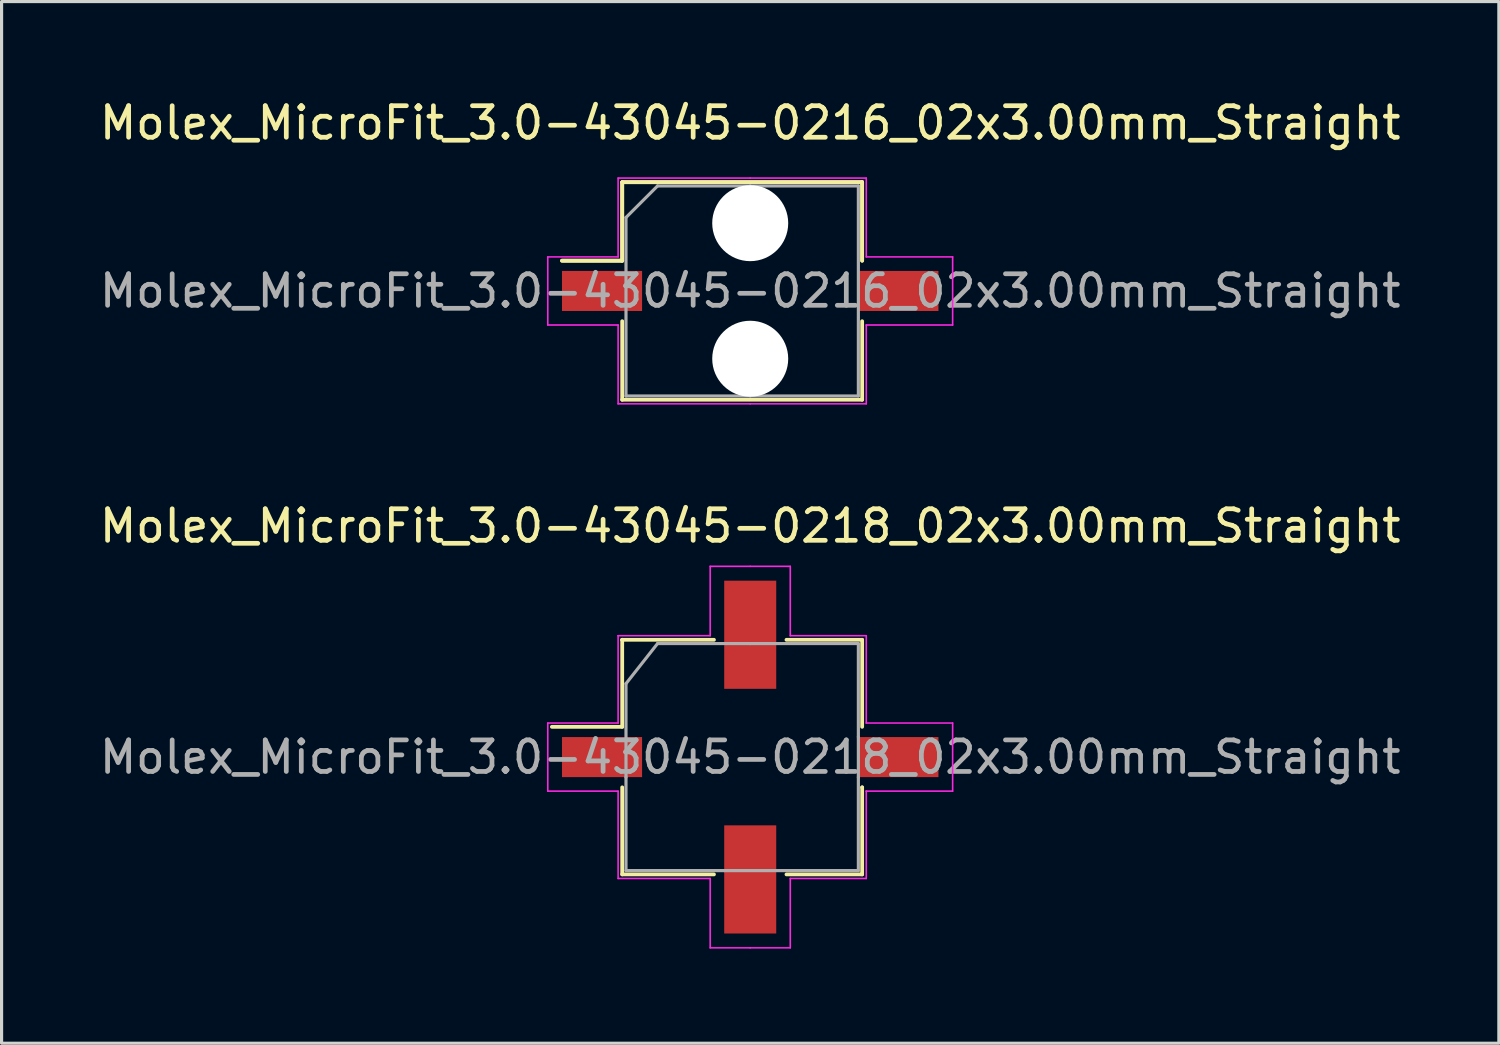
<source format=kicad_pcb>
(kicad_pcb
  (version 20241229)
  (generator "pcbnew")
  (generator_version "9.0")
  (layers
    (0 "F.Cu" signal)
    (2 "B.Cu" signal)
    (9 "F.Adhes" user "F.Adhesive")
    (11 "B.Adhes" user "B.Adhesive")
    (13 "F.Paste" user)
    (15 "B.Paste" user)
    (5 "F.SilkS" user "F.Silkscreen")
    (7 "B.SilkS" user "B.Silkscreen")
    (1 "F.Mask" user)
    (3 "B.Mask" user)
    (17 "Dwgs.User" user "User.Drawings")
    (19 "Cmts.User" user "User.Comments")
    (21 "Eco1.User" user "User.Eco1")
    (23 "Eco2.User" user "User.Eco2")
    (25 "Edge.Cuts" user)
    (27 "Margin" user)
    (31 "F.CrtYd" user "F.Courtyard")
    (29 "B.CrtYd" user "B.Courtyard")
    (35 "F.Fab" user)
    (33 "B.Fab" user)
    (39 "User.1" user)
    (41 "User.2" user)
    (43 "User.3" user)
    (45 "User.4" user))
  (footprint "Molex_MicroFit_3.0-43045-0216_02x3.00mm_Straight"
    (layer "F.Cu")
    (at 20.744 6.178)
    (property "Reference" "Molex_MicroFit_3.0-43045-0216_02x3.00mm_Straight" (at 0 -5.33 0) (layer "F.SilkS") (effects (font (size 1 1) (thickness 0.15))))
    (attr smd)
    (fp_line (start -5.97 -0.96) (end -4.06 -0.96) (stroke (width 0.12) (type solid)) (layer "F.SilkS"))
    (fp_line (start -5.97 -0.96) (end -4.06 -0.96) (stroke (width 0.12) (type solid)) (layer "F.SilkS"))
    (fp_line (start -4.06 -3.45) (end 3.55 -3.45) (stroke (width 0.12) (type solid)) (layer "F.SilkS"))
    (fp_line (start -4.06 -3.45) (end 3.55 -3.45) (stroke (width 0.12) (type solid)) (layer "F.SilkS"))
    (fp_line (start -4.06 -0.96) (end -4.06 -3.45) (stroke (width 0.12) (type solid)) (layer "F.SilkS"))
    (fp_line (start -4.06 -0.96) (end -4.06 -3.45) (stroke (width 0.12) (type solid)) (layer "F.SilkS"))
    (fp_line (start -4.06 3.45) (end -4.06 0.96) (stroke (width 0.12) (type solid)) (layer "F.SilkS"))
    (fp_line (start 3.55 -3.45) (end 3.55 -0.96) (stroke (width 0.12) (type solid)) (layer "F.SilkS"))
    (fp_line (start 3.55 -3.45) (end 3.55 -0.96) (stroke (width 0.12) (type solid)) (layer "F.SilkS"))
    (fp_line (start 3.55 0.96) (end 3.55 3.45) (stroke (width 0.12) (type solid)) (layer "F.SilkS"))
    (fp_line (start 3.55 3.45) (end -4.06 3.45) (stroke (width 0.12) (type solid)) (layer "F.SilkS"))
    (fp_line (start -6.42 -1.08) (end -4.19 -1.08) (stroke (width 0.05) (type solid)) (layer "F.CrtYd"))
    (fp_line (start -6.42 1.08) (end -6.42 -1.08) (stroke (width 0.05) (type solid)) (layer "F.CrtYd"))
    (fp_line (start -4.19 -3.58) (end 0 -3.58) (stroke (width 0.05) (type solid)) (layer "F.CrtYd"))
    (fp_line (start -4.19 -1.08) (end -4.19 -3.58) (stroke (width 0.05) (type solid)) (layer "F.CrtYd"))
    (fp_line (start -4.19 1.08) (end -6.42 1.08) (stroke (width 0.05) (type solid)) (layer "F.CrtYd"))
    (fp_line (start -4.19 3.58) (end -4.19 1.08) (stroke (width 0.05) (type solid)) (layer "F.CrtYd"))
    (fp_line (start 0 -3.58) (end 3.68 -3.58) (stroke (width 0.05) (type solid)) (layer "F.CrtYd"))
    (fp_line (start 0 3.58) (end -4.19 3.58) (stroke (width 0.05) (type solid)) (layer "F.CrtYd"))
    (fp_line (start 3.68 -3.58) (end 3.68 -1.08) (stroke (width 0.05) (type solid)) (layer "F.CrtYd"))
    (fp_line (start 3.68 -1.08) (end 6.42 -1.08) (stroke (width 0.05) (type solid)) (layer "F.CrtYd"))
    (fp_line (start 3.68 1.08) (end 3.68 3.58) (stroke (width 0.05) (type solid)) (layer "F.CrtYd"))
    (fp_line (start 3.68 3.58) (end 0 3.58) (stroke (width 0.05) (type solid)) (layer "F.CrtYd"))
    (fp_line (start 6.42 -1.08) (end 6.42 1.08) (stroke (width 0.05) (type solid)) (layer "F.CrtYd"))
    (fp_line (start 6.42 1.08) (end 3.68 1.08) (stroke (width 0.05) (type solid)) (layer "F.CrtYd"))
    (fp_line (start -3.94 -2.33) (end -2.94 -3.33) (stroke (width 0.1) (type solid)) (layer "F.Fab"))
    (fp_line (start -3.94 3.33) (end -3.94 -2.33) (stroke (width 0.1) (type solid)) (layer "F.Fab"))
    (fp_line (start -2.94 -3.33) (end 0 -3.33) (stroke (width 0.1) (type solid)) (layer "F.Fab"))
    (fp_line (start 0 -3.33) (end 3.43 -3.33) (stroke (width 0.1) (type solid)) (layer "F.Fab"))
    (fp_line (start 0 3.33) (end -3.94 3.33) (stroke (width 0.1) (type solid)) (layer "F.Fab"))
    (fp_line (start 3.43 -3.33) (end 3.43 3.33) (stroke (width 0.1) (type solid)) (layer "F.Fab"))
    (fp_line (start 3.43 3.33) (end 0 3.33) (stroke (width 0.1) (type solid)) (layer "F.Fab"))
    (fp_text user "${REFERENCE}" (at 0 0 0) (layer "F.Fab") (effects (font (size 1 1) (thickness 0.15))))
    (pad "" np_thru_hole circle (at 0 -2.15) (size 2.41 2.41) (drill 2.41) (layers "*.Cu"))
    (pad "" np_thru_hole circle (at 0 2.15) (size 2.41 2.41) (drill 2.41) (layers "*.Cu"))
    (pad "1" smd rect (at -4.7 0) (size 2.54 1.27) (layers "F.Cu" "F.Mask" "F.Paste"))
    (pad "2" smd rect (at 4.7 0) (size 2.54 1.27) (layers "F.Cu" "F.Mask" "F.Paste")))
  (footprint "Molex_MicroFit_3.0-43045-0218_02x3.00mm_Straight"
    (layer "F.Cu")
    (at 20.744 20.962)
    (property "Reference" "Molex_MicroFit_3.0-43045-0218_02x3.00mm_Straight" (at 0 -7.33 0) (layer "F.SilkS") (effects (font (size 1 1) (thickness 0.15))))
    (attr smd)
    (fp_line (start -6.29 -0.96) (end -4.06 -0.96) (stroke (width 0.12) (type solid)) (layer "F.SilkS"))
    (fp_line (start -4.06 -3.72) (end -4.06 -3.72) (stroke (width 0.12) (type solid)) (layer "F.SilkS"))
    (fp_line (start -4.06 -3.72) (end -1.15 -3.72) (stroke (width 0.12) (type solid)) (layer "F.SilkS"))
    (fp_line (start -4.06 -0.96) (end -4.06 -3.72) (stroke (width 0.12) (type solid)) (layer "F.SilkS"))
    (fp_line (start -4.06 3.72) (end -4.06 0.96) (stroke (width 0.12) (type solid)) (layer "F.SilkS"))
    (fp_line (start -1.15 3.72) (end -4.06 3.72) (stroke (width 0.12) (type solid)) (layer "F.SilkS"))
    (fp_line (start 1.15 -3.72) (end 3.55 -3.72) (stroke (width 0.12) (type solid)) (layer "F.SilkS"))
    (fp_line (start 3.55 -3.72) (end 3.55 -0.96) (stroke (width 0.12) (type solid)) (layer "F.SilkS"))
    (fp_line (start 3.55 0.96) (end 3.55 0.96) (stroke (width 0.12) (type solid)) (layer "F.SilkS"))
    (fp_line (start 3.55 0.96) (end 3.55 3.72) (stroke (width 0.12) (type solid)) (layer "F.SilkS"))
    (fp_line (start 3.55 3.72) (end 1.15 3.72) (stroke (width 0.12) (type solid)) (layer "F.SilkS"))
    (fp_line (start -6.42 -1.08) (end -4.19 -1.08) (stroke (width 0.05) (type solid)) (layer "F.CrtYd"))
    (fp_line (start -6.42 1.08) (end -6.42 -1.08) (stroke (width 0.05) (type solid)) (layer "F.CrtYd"))
    (fp_line (start -4.19 -3.85) (end -4.19 -3.85) (stroke (width 0.05) (type solid)) (layer "F.CrtYd"))
    (fp_line (start -4.19 -3.85) (end -1.27 -3.85) (stroke (width 0.05) (type solid)) (layer "F.CrtYd"))
    (fp_line (start -4.19 -1.08) (end -4.19 -3.85) (stroke (width 0.05) (type solid)) (layer "F.CrtYd"))
    (fp_line (start -4.19 1.08) (end -6.42 1.08) (stroke (width 0.05) (type solid)) (layer "F.CrtYd"))
    (fp_line (start -4.19 3.85) (end -4.19 1.08) (stroke (width 0.05) (type solid)) (layer "F.CrtYd"))
    (fp_line (start -1.27 -6.05) (end 0 -6.05) (stroke (width 0.05) (type solid)) (layer "F.CrtYd"))
    (fp_line (start -1.27 -3.85) (end -1.27 -6.05) (stroke (width 0.05) (type solid)) (layer "F.CrtYd"))
    (fp_line (start -1.27 3.85) (end -4.19 3.85) (stroke (width 0.05) (type solid)) (layer "F.CrtYd"))
    (fp_line (start -1.27 6.05) (end -1.27 3.85) (stroke (width 0.05) (type solid)) (layer "F.CrtYd"))
    (fp_line (start 0 -6.05) (end 1.27 -6.05) (stroke (width 0.05) (type solid)) (layer "F.CrtYd"))
    (fp_line (start 0 6.05) (end -1.27 6.05) (stroke (width 0.05) (type solid)) (layer "F.CrtYd"))
    (fp_line (start 1.27 -6.05) (end 1.27 -3.85) (stroke (width 0.05) (type solid)) (layer "F.CrtYd"))
    (fp_line (start 1.27 -3.85) (end 3.68 -3.85) (stroke (width 0.05) (type solid)) (layer "F.CrtYd"))
    (fp_line (start 1.27 3.85) (end 1.27 6.05) (stroke (width 0.05) (type solid)) (layer "F.CrtYd"))
    (fp_line (start 1.27 6.05) (end 0 6.05) (stroke (width 0.05) (type solid)) (layer "F.CrtYd"))
    (fp_line (start 3.68 -3.85) (end 3.68 -1.08) (stroke (width 0.05) (type solid)) (layer "F.CrtYd"))
    (fp_line (start 3.68 -1.08) (end 6.42 -1.08) (stroke (width 0.05) (type solid)) (layer "F.CrtYd"))
    (fp_line (start 3.68 1.08) (end 3.68 1.08) (stroke (width 0.05) (type solid)) (layer "F.CrtYd"))
    (fp_line (start 3.68 1.08) (end 3.68 3.85) (stroke (width 0.05) (type solid)) (layer "F.CrtYd"))
    (fp_line (start 3.68 3.85) (end 1.27 3.85) (stroke (width 0.05) (type solid)) (layer "F.CrtYd"))
    (fp_line (start 6.42 -1.08) (end 6.42 1.08) (stroke (width 0.05) (type solid)) (layer "F.CrtYd"))
    (fp_line (start 6.42 1.08) (end 3.68 1.08) (stroke (width 0.05) (type solid)) (layer "F.CrtYd"))
    (fp_line (start -3.94 -2.33) (end -2.94 -3.6) (stroke (width 0.1) (type solid)) (layer "F.Fab"))
    (fp_line (start -3.94 0.64) (end -3.94 -2.33) (stroke (width 0.1) (type solid)) (layer "F.Fab"))
    (fp_line (start -3.94 3.6) (end -3.94 0.64) (stroke (width 0.1) (type solid)) (layer "F.Fab"))
    (fp_line (start -2.94 -3.6) (end 0 -3.6) (stroke (width 0.1) (type solid)) (layer "F.Fab"))
    (fp_line (start -0.82 3.6) (end -3.94 3.6) (stroke (width 0.1) (type solid)) (layer "F.Fab"))
    (fp_line (start 0 -3.6) (end 3.43 -3.6) (stroke (width 0.1) (type solid)) (layer "F.Fab"))
    (fp_line (start 3.43 -3.6) (end 3.43 -0.64) (stroke (width 0.1) (type solid)) (layer "F.Fab"))
    (fp_line (start 3.43 -0.64) (end 3.43 0.64) (stroke (width 0.1) (type solid)) (layer "F.Fab"))
    (fp_line (start 3.43 0.64) (end 3.43 3.6) (stroke (width 0.1) (type solid)) (layer "F.Fab"))
    (fp_line (start 3.43 3.6) (end -0.82 3.6) (stroke (width 0.1) (type solid)) (layer "F.Fab"))
    (fp_text user "${REFERENCE}" (at 0 0 0) (layer "F.Fab") (effects (font (size 1 1) (thickness 0.15))))
    (pad "" smd rect (at 0 -3.88) (size 1.65 3.43) (layers "F.Cu" "F.Mask" "F.Paste"))
    (pad "" smd rect (at 0 3.88) (size 1.65 3.43) (layers "F.Cu" "F.Mask" "F.Paste"))
    (pad "1" smd rect (at -4.7 0) (size 2.54 1.27) (layers "F.Cu" "F.Mask" "F.Paste"))
    (pad "2" smd rect (at 4.7 0) (size 2.54 1.27) (layers "F.Cu" "F.Mask" "F.Paste")))
  (gr_rect
    (start -3 -3)
    (end 44.488 30.037)
    (stroke (width 0.1) (type default))
    (fill no)
    (layer "Edge.Cuts")))
</source>
